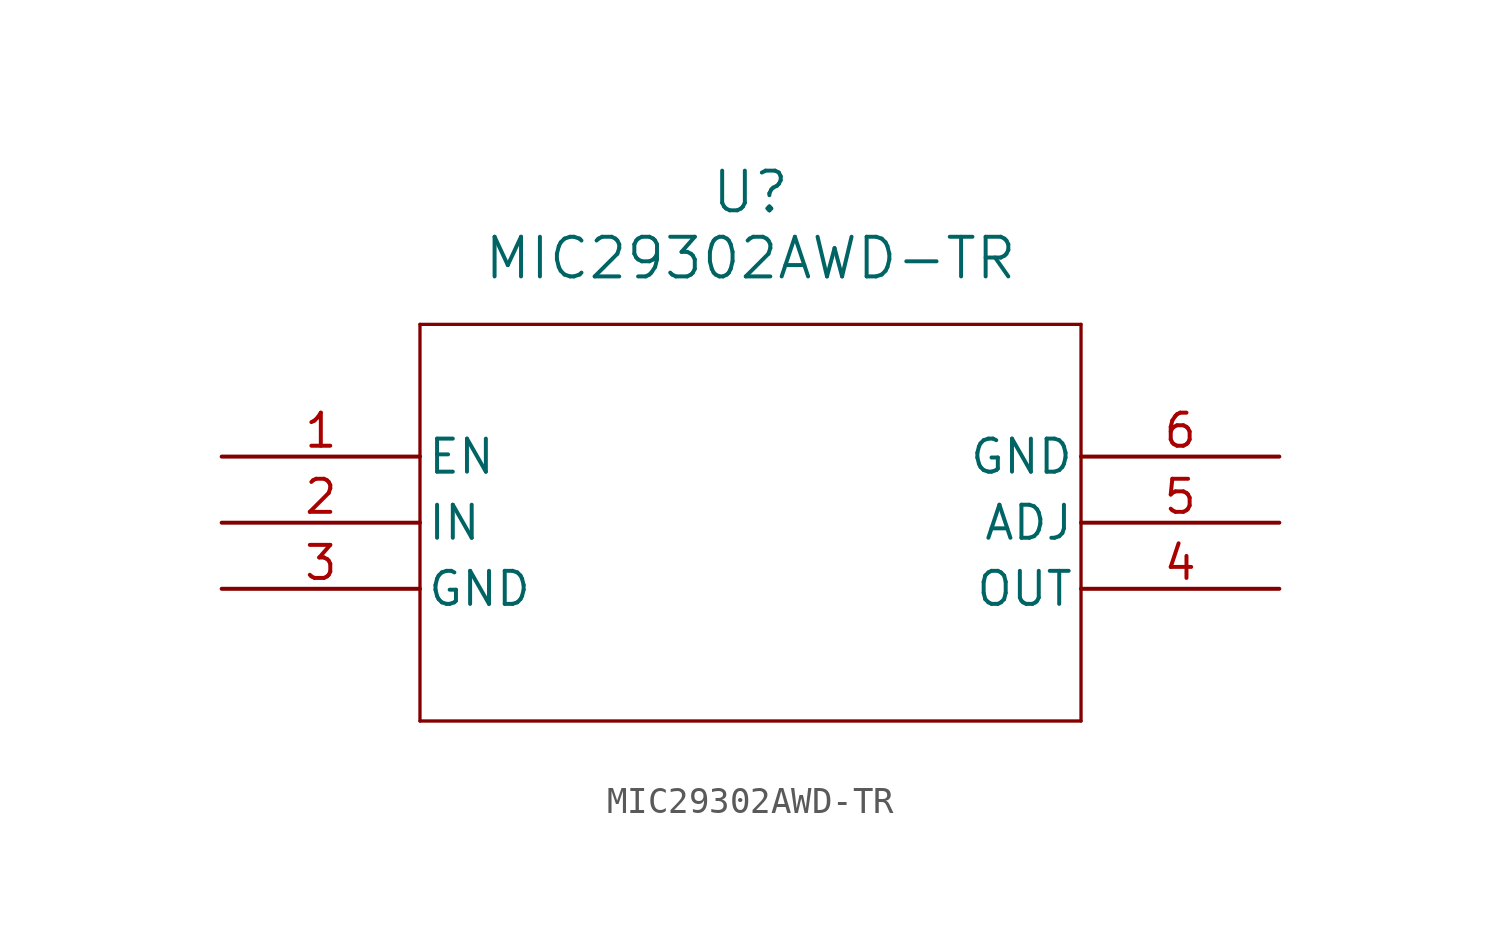
<source format=kicad_sym>
(kicad_symbol_lib
  (version 20211014)
  (generator kicad_symbol_editor)
  (symbol "MIC29302AWD-TR"
    (pin_names
      (offset 0.254))
    (property "Reference" "U"
      (at 20.32 10.16 0)
      (effects (font (size 1.524 1.524))))
    (property "Value" "MIC29302AWD-TR"
      (at 20.32 7.62 0)
      (effects (font (size 1.524 1.524))))
    (symbol "MIC29302AWD-TR_0_1"
      (polyline (pts (xy 7.62 5.08) (xy 7.62 -10.16)) (stroke (width 0.127) (type default) (color 0 0 0 0)) (fill (type none)))
      (polyline (pts (xy 7.62 -10.16) (xy 33.02 -10.16)) (stroke (width 0.127) (type default) (color 0 0 0 0)) (fill (type none)))
      (polyline (pts (xy 33.02 -10.16) (xy 33.02 5.08)) (stroke (width 0.127) (type default) (color 0 0 0 0)) (fill (type none)))
      (polyline (pts (xy 33.02 5.08) (xy 7.62 5.08)) (stroke (width 0.127) (type default) (color 0 0 0 0)) (fill (type none)))
      (pin input line (at 0 0 0) (length 7.62) (name "EN" (effects (font (size 1.27 1.27)))) (number "1" (effects (font (size 1.27 1.27)))))
      (pin input line (at 0 -2.54 0) (length 7.62) (name "IN" (effects (font (size 1.27 1.27)))) (number "2" (effects (font (size 1.27 1.27)))))
      (pin power_out line (at 0 -5.08 0) (length 7.62) (name "GND" (effects (font (size 1.27 1.27)))) (number "3" (effects (font (size 1.27 1.27)))))
      (pin output line (at 40.64 -5.08 180) (length 7.62) (name "OUT" (effects (font (size 1.27 1.27)))) (number "4" (effects (font (size 1.27 1.27)))))
      (pin unspecified line (at 40.64 -2.54 180) (length 7.62) (name "ADJ" (effects (font (size 1.27 1.27)))) (number "5" (effects (font (size 1.27 1.27)))))
      (pin power_out line (at 40.64 0 180) (length 7.62) (name "GND" (effects (font (size 1.27 1.27)))) (number "6" (effects (font (size 1.27 1.27))))))))
</source>
